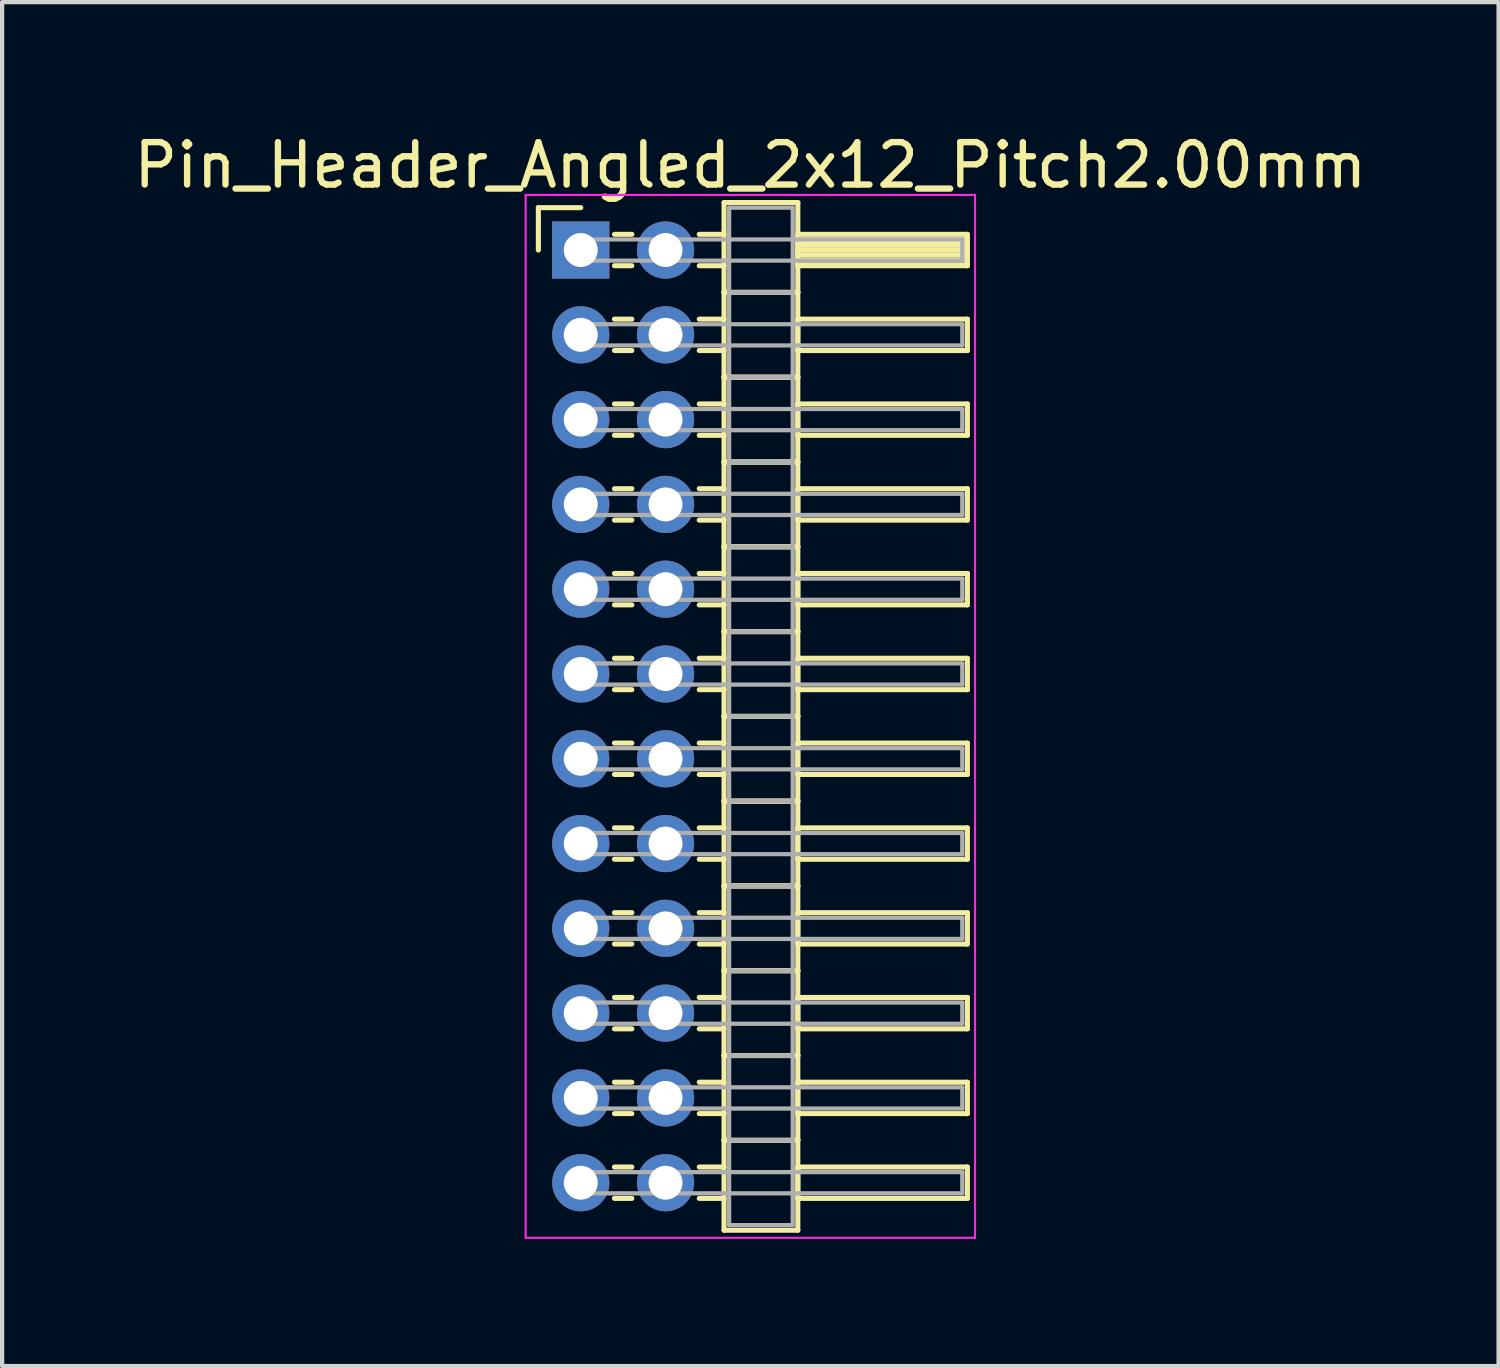
<source format=kicad_pcb>
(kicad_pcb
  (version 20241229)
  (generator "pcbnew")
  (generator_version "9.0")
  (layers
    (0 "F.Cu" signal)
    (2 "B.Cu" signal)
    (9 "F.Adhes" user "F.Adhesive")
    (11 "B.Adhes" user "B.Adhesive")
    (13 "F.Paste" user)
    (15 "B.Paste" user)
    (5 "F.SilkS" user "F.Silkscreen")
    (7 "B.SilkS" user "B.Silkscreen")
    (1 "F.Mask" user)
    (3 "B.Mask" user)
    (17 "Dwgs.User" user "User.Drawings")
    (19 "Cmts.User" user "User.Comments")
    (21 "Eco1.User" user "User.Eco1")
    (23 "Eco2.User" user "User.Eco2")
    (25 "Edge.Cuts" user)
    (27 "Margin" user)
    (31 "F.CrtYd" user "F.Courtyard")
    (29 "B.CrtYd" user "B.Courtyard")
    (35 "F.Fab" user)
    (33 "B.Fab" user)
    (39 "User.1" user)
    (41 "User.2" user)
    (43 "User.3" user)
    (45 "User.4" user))
  (footprint "Pin_Header_Angled_2x12_Pitch2.00mm"
    (layer "F.Cu")
    (at 10.649 2.848)
    (property "Reference" "Pin_Header_Angled_2x12_Pitch2.00mm" (at 4 -2 0) (layer "F.SilkS") (effects (font (size 1 1) (thickness 0.15))))
    (attr through_hole)
    (fp_line (start -1 -1) (end 0 -1) (stroke (width 0.12) (type solid)) (layer "F.SilkS"))
    (fp_line (start -1 0) (end -1 -1) (stroke (width 0.12) (type solid)) (layer "F.SilkS"))
    (fp_line (start 0.795 -0.37) (end 1.205 -0.37) (stroke (width 0.12) (type solid)) (layer "F.SilkS"))
    (fp_line (start 0.795 0.37) (end 1.205 0.37) (stroke (width 0.12) (type solid)) (layer "F.SilkS"))
    (fp_line (start 0.795 1.63) (end 1.205 1.63) (stroke (width 0.12) (type solid)) (layer "F.SilkS"))
    (fp_line (start 0.795 2.37) (end 1.205 2.37) (stroke (width 0.12) (type solid)) (layer "F.SilkS"))
    (fp_line (start 0.795 3.63) (end 1.205 3.63) (stroke (width 0.12) (type solid)) (layer "F.SilkS"))
    (fp_line (start 0.795 4.37) (end 1.205 4.37) (stroke (width 0.12) (type solid)) (layer "F.SilkS"))
    (fp_line (start 0.795 5.63) (end 1.205 5.63) (stroke (width 0.12) (type solid)) (layer "F.SilkS"))
    (fp_line (start 0.795 6.37) (end 1.205 6.37) (stroke (width 0.12) (type solid)) (layer "F.SilkS"))
    (fp_line (start 0.795 7.63) (end 1.205 7.63) (stroke (width 0.12) (type solid)) (layer "F.SilkS"))
    (fp_line (start 0.795 8.37) (end 1.205 8.37) (stroke (width 0.12) (type solid)) (layer "F.SilkS"))
    (fp_line (start 0.795 9.63) (end 1.205 9.63) (stroke (width 0.12) (type solid)) (layer "F.SilkS"))
    (fp_line (start 0.795 10.37) (end 1.205 10.37) (stroke (width 0.12) (type solid)) (layer "F.SilkS"))
    (fp_line (start 0.795 11.63) (end 1.205 11.63) (stroke (width 0.12) (type solid)) (layer "F.SilkS"))
    (fp_line (start 0.795 12.37) (end 1.205 12.37) (stroke (width 0.12) (type solid)) (layer "F.SilkS"))
    (fp_line (start 0.795 13.63) (end 1.205 13.63) (stroke (width 0.12) (type solid)) (layer "F.SilkS"))
    (fp_line (start 0.795 14.37) (end 1.205 14.37) (stroke (width 0.12) (type solid)) (layer "F.SilkS"))
    (fp_line (start 0.795 15.63) (end 1.205 15.63) (stroke (width 0.12) (type solid)) (layer "F.SilkS"))
    (fp_line (start 0.795 16.37) (end 1.205 16.37) (stroke (width 0.12) (type solid)) (layer "F.SilkS"))
    (fp_line (start 0.795 17.63) (end 1.205 17.63) (stroke (width 0.12) (type solid)) (layer "F.SilkS"))
    (fp_line (start 0.795 18.37) (end 1.205 18.37) (stroke (width 0.12) (type solid)) (layer "F.SilkS"))
    (fp_line (start 0.795 19.63) (end 1.205 19.63) (stroke (width 0.12) (type solid)) (layer "F.SilkS"))
    (fp_line (start 0.795 20.37) (end 1.205 20.37) (stroke (width 0.12) (type solid)) (layer "F.SilkS"))
    (fp_line (start 0.795 21.63) (end 1.205 21.63) (stroke (width 0.12) (type solid)) (layer "F.SilkS"))
    (fp_line (start 0.795 22.37) (end 1.205 22.37) (stroke (width 0.12) (type solid)) (layer "F.SilkS"))
    (fp_line (start 2.795 -0.37) (end 3.38 -0.37) (stroke (width 0.12) (type solid)) (layer "F.SilkS"))
    (fp_line (start 2.795 0.37) (end 3.38 0.37) (stroke (width 0.12) (type solid)) (layer "F.SilkS"))
    (fp_line (start 2.795 1.63) (end 3.38 1.63) (stroke (width 0.12) (type solid)) (layer "F.SilkS"))
    (fp_line (start 2.795 2.37) (end 3.38 2.37) (stroke (width 0.12) (type solid)) (layer "F.SilkS"))
    (fp_line (start 2.795 3.63) (end 3.38 3.63) (stroke (width 0.12) (type solid)) (layer "F.SilkS"))
    (fp_line (start 2.795 4.37) (end 3.38 4.37) (stroke (width 0.12) (type solid)) (layer "F.SilkS"))
    (fp_line (start 2.795 5.63) (end 3.38 5.63) (stroke (width 0.12) (type solid)) (layer "F.SilkS"))
    (fp_line (start 2.795 6.37) (end 3.38 6.37) (stroke (width 0.12) (type solid)) (layer "F.SilkS"))
    (fp_line (start 2.795 7.63) (end 3.38 7.63) (stroke (width 0.12) (type solid)) (layer "F.SilkS"))
    (fp_line (start 2.795 8.37) (end 3.38 8.37) (stroke (width 0.12) (type solid)) (layer "F.SilkS"))
    (fp_line (start 2.795 9.63) (end 3.38 9.63) (stroke (width 0.12) (type solid)) (layer "F.SilkS"))
    (fp_line (start 2.795 10.37) (end 3.38 10.37) (stroke (width 0.12) (type solid)) (layer "F.SilkS"))
    (fp_line (start 2.795 11.63) (end 3.38 11.63) (stroke (width 0.12) (type solid)) (layer "F.SilkS"))
    (fp_line (start 2.795 12.37) (end 3.38 12.37) (stroke (width 0.12) (type solid)) (layer "F.SilkS"))
    (fp_line (start 2.795 13.63) (end 3.38 13.63) (stroke (width 0.12) (type solid)) (layer "F.SilkS"))
    (fp_line (start 2.795 14.37) (end 3.38 14.37) (stroke (width 0.12) (type solid)) (layer "F.SilkS"))
    (fp_line (start 2.795 15.63) (end 3.38 15.63) (stroke (width 0.12) (type solid)) (layer "F.SilkS"))
    (fp_line (start 2.795 16.37) (end 3.38 16.37) (stroke (width 0.12) (type solid)) (layer "F.SilkS"))
    (fp_line (start 2.795 17.63) (end 3.38 17.63) (stroke (width 0.12) (type solid)) (layer "F.SilkS"))
    (fp_line (start 2.795 18.37) (end 3.38 18.37) (stroke (width 0.12) (type solid)) (layer "F.SilkS"))
    (fp_line (start 2.795 19.63) (end 3.38 19.63) (stroke (width 0.12) (type solid)) (layer "F.SilkS"))
    (fp_line (start 2.795 20.37) (end 3.38 20.37) (stroke (width 0.12) (type solid)) (layer "F.SilkS"))
    (fp_line (start 2.795 21.63) (end 3.38 21.63) (stroke (width 0.12) (type solid)) (layer "F.SilkS"))
    (fp_line (start 2.795 22.37) (end 3.38 22.37) (stroke (width 0.12) (type solid)) (layer "F.SilkS"))
    (fp_line (start 3.38 -1.12) (end 3.38 1) (stroke (width 0.12) (type solid)) (layer "F.SilkS"))
    (fp_line (start 3.38 1) (end 3.38 3) (stroke (width 0.12) (type solid)) (layer "F.SilkS"))
    (fp_line (start 3.38 1) (end 5.12 1) (stroke (width 0.12) (type solid)) (layer "F.SilkS"))
    (fp_line (start 3.38 3) (end 3.38 5) (stroke (width 0.12) (type solid)) (layer "F.SilkS"))
    (fp_line (start 3.38 3) (end 5.12 3) (stroke (width 0.12) (type solid)) (layer "F.SilkS"))
    (fp_line (start 3.38 5) (end 3.38 7) (stroke (width 0.12) (type solid)) (layer "F.SilkS"))
    (fp_line (start 3.38 5) (end 5.12 5) (stroke (width 0.12) (type solid)) (layer "F.SilkS"))
    (fp_line (start 3.38 7) (end 3.38 9) (stroke (width 0.12) (type solid)) (layer "F.SilkS"))
    (fp_line (start 3.38 7) (end 5.12 7) (stroke (width 0.12) (type solid)) (layer "F.SilkS"))
    (fp_line (start 3.38 9) (end 3.38 11) (stroke (width 0.12) (type solid)) (layer "F.SilkS"))
    (fp_line (start 3.38 9) (end 5.12 9) (stroke (width 0.12) (type solid)) (layer "F.SilkS"))
    (fp_line (start 3.38 11) (end 3.38 13) (stroke (width 0.12) (type solid)) (layer "F.SilkS"))
    (fp_line (start 3.38 11) (end 5.12 11) (stroke (width 0.12) (type solid)) (layer "F.SilkS"))
    (fp_line (start 3.38 13) (end 3.38 15) (stroke (width 0.12) (type solid)) (layer "F.SilkS"))
    (fp_line (start 3.38 13) (end 5.12 13) (stroke (width 0.12) (type solid)) (layer "F.SilkS"))
    (fp_line (start 3.38 15) (end 3.38 17) (stroke (width 0.12) (type solid)) (layer "F.SilkS"))
    (fp_line (start 3.38 15) (end 5.12 15) (stroke (width 0.12) (type solid)) (layer "F.SilkS"))
    (fp_line (start 3.38 17) (end 3.38 19) (stroke (width 0.12) (type solid)) (layer "F.SilkS"))
    (fp_line (start 3.38 17) (end 5.12 17) (stroke (width 0.12) (type solid)) (layer "F.SilkS"))
    (fp_line (start 3.38 19) (end 3.38 21) (stroke (width 0.12) (type solid)) (layer "F.SilkS"))
    (fp_line (start 3.38 19) (end 5.12 19) (stroke (width 0.12) (type solid)) (layer "F.SilkS"))
    (fp_line (start 3.38 21) (end 3.38 23.12) (stroke (width 0.12) (type solid)) (layer "F.SilkS"))
    (fp_line (start 3.38 21) (end 5.12 21) (stroke (width 0.12) (type solid)) (layer "F.SilkS"))
    (fp_line (start 3.38 23.12) (end 5.12 23.12) (stroke (width 0.12) (type solid)) (layer "F.SilkS"))
    (fp_line (start 5.12 -1.12) (end 3.38 -1.12) (stroke (width 0.12) (type solid)) (layer "F.SilkS"))
    (fp_line (start 5.12 -0.37) (end 5.12 0.37) (stroke (width 0.12) (type solid)) (layer "F.SilkS"))
    (fp_line (start 5.12 -0.25) (end 9.12 -0.25) (stroke (width 0.12) (type solid)) (layer "F.SilkS"))
    (fp_line (start 5.12 -0.13) (end 9.12 -0.13) (stroke (width 0.12) (type solid)) (layer "F.SilkS"))
    (fp_line (start 5.12 -0.01) (end 9.12 -0.01) (stroke (width 0.12) (type solid)) (layer "F.SilkS"))
    (fp_line (start 5.12 0.11) (end 9.12 0.11) (stroke (width 0.12) (type solid)) (layer "F.SilkS"))
    (fp_line (start 5.12 0.23) (end 9.12 0.23) (stroke (width 0.12) (type solid)) (layer "F.SilkS"))
    (fp_line (start 5.12 0.35) (end 9.12 0.35) (stroke (width 0.12) (type solid)) (layer "F.SilkS"))
    (fp_line (start 5.12 0.37) (end 9.12 0.37) (stroke (width 0.12) (type solid)) (layer "F.SilkS"))
    (fp_line (start 5.12 1) (end 3.38 1) (stroke (width 0.12) (type solid)) (layer "F.SilkS"))
    (fp_line (start 5.12 1) (end 5.12 -1.12) (stroke (width 0.12) (type solid)) (layer "F.SilkS"))
    (fp_line (start 5.12 1.63) (end 5.12 2.37) (stroke (width 0.12) (type solid)) (layer "F.SilkS"))
    (fp_line (start 5.12 2.37) (end 9.12 2.37) (stroke (width 0.12) (type solid)) (layer "F.SilkS"))
    (fp_line (start 5.12 3) (end 3.38 3) (stroke (width 0.12) (type solid)) (layer "F.SilkS"))
    (fp_line (start 5.12 3) (end 5.12 1) (stroke (width 0.12) (type solid)) (layer "F.SilkS"))
    (fp_line (start 5.12 3.63) (end 5.12 4.37) (stroke (width 0.12) (type solid)) (layer "F.SilkS"))
    (fp_line (start 5.12 4.37) (end 9.12 4.37) (stroke (width 0.12) (type solid)) (layer "F.SilkS"))
    (fp_line (start 5.12 5) (end 3.38 5) (stroke (width 0.12) (type solid)) (layer "F.SilkS"))
    (fp_line (start 5.12 5) (end 5.12 3) (stroke (width 0.12) (type solid)) (layer "F.SilkS"))
    (fp_line (start 5.12 5.63) (end 5.12 6.37) (stroke (width 0.12) (type solid)) (layer "F.SilkS"))
    (fp_line (start 5.12 6.37) (end 9.12 6.37) (stroke (width 0.12) (type solid)) (layer "F.SilkS"))
    (fp_line (start 5.12 7) (end 3.38 7) (stroke (width 0.12) (type solid)) (layer "F.SilkS"))
    (fp_line (start 5.12 7) (end 5.12 5) (stroke (width 0.12) (type solid)) (layer "F.SilkS"))
    (fp_line (start 5.12 7.63) (end 5.12 8.37) (stroke (width 0.12) (type solid)) (layer "F.SilkS"))
    (fp_line (start 5.12 8.37) (end 9.12 8.37) (stroke (width 0.12) (type solid)) (layer "F.SilkS"))
    (fp_line (start 5.12 9) (end 3.38 9) (stroke (width 0.12) (type solid)) (layer "F.SilkS"))
    (fp_line (start 5.12 9) (end 5.12 7) (stroke (width 0.12) (type solid)) (layer "F.SilkS"))
    (fp_line (start 5.12 9.63) (end 5.12 10.37) (stroke (width 0.12) (type solid)) (layer "F.SilkS"))
    (fp_line (start 5.12 10.37) (end 9.12 10.37) (stroke (width 0.12) (type solid)) (layer "F.SilkS"))
    (fp_line (start 5.12 11) (end 3.38 11) (stroke (width 0.12) (type solid)) (layer "F.SilkS"))
    (fp_line (start 5.12 11) (end 5.12 9) (stroke (width 0.12) (type solid)) (layer "F.SilkS"))
    (fp_line (start 5.12 11.63) (end 5.12 12.37) (stroke (width 0.12) (type solid)) (layer "F.SilkS"))
    (fp_line (start 5.12 12.37) (end 9.12 12.37) (stroke (width 0.12) (type solid)) (layer "F.SilkS"))
    (fp_line (start 5.12 13) (end 3.38 13) (stroke (width 0.12) (type solid)) (layer "F.SilkS"))
    (fp_line (start 5.12 13) (end 5.12 11) (stroke (width 0.12) (type solid)) (layer "F.SilkS"))
    (fp_line (start 5.12 13.63) (end 5.12 14.37) (stroke (width 0.12) (type solid)) (layer "F.SilkS"))
    (fp_line (start 5.12 14.37) (end 9.12 14.37) (stroke (width 0.12) (type solid)) (layer "F.SilkS"))
    (fp_line (start 5.12 15) (end 3.38 15) (stroke (width 0.12) (type solid)) (layer "F.SilkS"))
    (fp_line (start 5.12 15) (end 5.12 13) (stroke (width 0.12) (type solid)) (layer "F.SilkS"))
    (fp_line (start 5.12 15.63) (end 5.12 16.37) (stroke (width 0.12) (type solid)) (layer "F.SilkS"))
    (fp_line (start 5.12 16.37) (end 9.12 16.37) (stroke (width 0.12) (type solid)) (layer "F.SilkS"))
    (fp_line (start 5.12 17) (end 3.38 17) (stroke (width 0.12) (type solid)) (layer "F.SilkS"))
    (fp_line (start 5.12 17) (end 5.12 15) (stroke (width 0.12) (type solid)) (layer "F.SilkS"))
    (fp_line (start 5.12 17.63) (end 5.12 18.37) (stroke (width 0.12) (type solid)) (layer "F.SilkS"))
    (fp_line (start 5.12 18.37) (end 9.12 18.37) (stroke (width 0.12) (type solid)) (layer "F.SilkS"))
    (fp_line (start 5.12 19) (end 3.38 19) (stroke (width 0.12) (type solid)) (layer "F.SilkS"))
    (fp_line (start 5.12 19) (end 5.12 17) (stroke (width 0.12) (type solid)) (layer "F.SilkS"))
    (fp_line (start 5.12 19.63) (end 5.12 20.37) (stroke (width 0.12) (type solid)) (layer "F.SilkS"))
    (fp_line (start 5.12 20.37) (end 9.12 20.37) (stroke (width 0.12) (type solid)) (layer "F.SilkS"))
    (fp_line (start 5.12 21) (end 3.38 21) (stroke (width 0.12) (type solid)) (layer "F.SilkS"))
    (fp_line (start 5.12 21) (end 5.12 19) (stroke (width 0.12) (type solid)) (layer "F.SilkS"))
    (fp_line (start 5.12 21.63) (end 5.12 22.37) (stroke (width 0.12) (type solid)) (layer "F.SilkS"))
    (fp_line (start 5.12 22.37) (end 9.12 22.37) (stroke (width 0.12) (type solid)) (layer "F.SilkS"))
    (fp_line (start 5.12 23.12) (end 5.12 21) (stroke (width 0.12) (type solid)) (layer "F.SilkS"))
    (fp_line (start 9.12 -0.37) (end 5.12 -0.37) (stroke (width 0.12) (type solid)) (layer "F.SilkS"))
    (fp_line (start 9.12 0.37) (end 9.12 -0.37) (stroke (width 0.12) (type solid)) (layer "F.SilkS"))
    (fp_line (start 9.12 1.63) (end 5.12 1.63) (stroke (width 0.12) (type solid)) (layer "F.SilkS"))
    (fp_line (start 9.12 2.37) (end 9.12 1.63) (stroke (width 0.12) (type solid)) (layer "F.SilkS"))
    (fp_line (start 9.12 3.63) (end 5.12 3.63) (stroke (width 0.12) (type solid)) (layer "F.SilkS"))
    (fp_line (start 9.12 4.37) (end 9.12 3.63) (stroke (width 0.12) (type solid)) (layer "F.SilkS"))
    (fp_line (start 9.12 5.63) (end 5.12 5.63) (stroke (width 0.12) (type solid)) (layer "F.SilkS"))
    (fp_line (start 9.12 6.37) (end 9.12 5.63) (stroke (width 0.12) (type solid)) (layer "F.SilkS"))
    (fp_line (start 9.12 7.63) (end 5.12 7.63) (stroke (width 0.12) (type solid)) (layer "F.SilkS"))
    (fp_line (start 9.12 8.37) (end 9.12 7.63) (stroke (width 0.12) (type solid)) (layer "F.SilkS"))
    (fp_line (start 9.12 9.63) (end 5.12 9.63) (stroke (width 0.12) (type solid)) (layer "F.SilkS"))
    (fp_line (start 9.12 10.37) (end 9.12 9.63) (stroke (width 0.12) (type solid)) (layer "F.SilkS"))
    (fp_line (start 9.12 11.63) (end 5.12 11.63) (stroke (width 0.12) (type solid)) (layer "F.SilkS"))
    (fp_line (start 9.12 12.37) (end 9.12 11.63) (stroke (width 0.12) (type solid)) (layer "F.SilkS"))
    (fp_line (start 9.12 13.63) (end 5.12 13.63) (stroke (width 0.12) (type solid)) (layer "F.SilkS"))
    (fp_line (start 9.12 14.37) (end 9.12 13.63) (stroke (width 0.12) (type solid)) (layer "F.SilkS"))
    (fp_line (start 9.12 15.63) (end 5.12 15.63) (stroke (width 0.12) (type solid)) (layer "F.SilkS"))
    (fp_line (start 9.12 16.37) (end 9.12 15.63) (stroke (width 0.12) (type solid)) (layer "F.SilkS"))
    (fp_line (start 9.12 17.63) (end 5.12 17.63) (stroke (width 0.12) (type solid)) (layer "F.SilkS"))
    (fp_line (start 9.12 18.37) (end 9.12 17.63) (stroke (width 0.12) (type solid)) (layer "F.SilkS"))
    (fp_line (start 9.12 19.63) (end 5.12 19.63) (stroke (width 0.12) (type solid)) (layer "F.SilkS"))
    (fp_line (start 9.12 20.37) (end 9.12 19.63) (stroke (width 0.12) (type solid)) (layer "F.SilkS"))
    (fp_line (start 9.12 21.63) (end 5.12 21.63) (stroke (width 0.12) (type solid)) (layer "F.SilkS"))
    (fp_line (start 9.12 22.37) (end 9.12 21.63) (stroke (width 0.12) (type solid)) (layer "F.SilkS"))
    (fp_line (start -1.3 -1.3) (end -1.3 23.3) (stroke (width 0.05) (type solid)) (layer "F.CrtYd"))
    (fp_line (start -1.3 23.3) (end 9.3 23.3) (stroke (width 0.05) (type solid)) (layer "F.CrtYd"))
    (fp_line (start 9.3 -1.3) (end -1.3 -1.3) (stroke (width 0.05) (type solid)) (layer "F.CrtYd"))
    (fp_line (start 9.3 23.3) (end 9.3 -1.3) (stroke (width 0.05) (type solid)) (layer "F.CrtYd"))
    (fp_line (start 0 -0.25) (end 0 0.25) (stroke (width 0.1) (type solid)) (layer "F.Fab"))
    (fp_line (start 0 0.25) (end 9 0.25) (stroke (width 0.1) (type solid)) (layer "F.Fab"))
    (fp_line (start 0 1.75) (end 0 2.25) (stroke (width 0.1) (type solid)) (layer "F.Fab"))
    (fp_line (start 0 2.25) (end 9 2.25) (stroke (width 0.1) (type solid)) (layer "F.Fab"))
    (fp_line (start 0 3.75) (end 0 4.25) (stroke (width 0.1) (type solid)) (layer "F.Fab"))
    (fp_line (start 0 4.25) (end 9 4.25) (stroke (width 0.1) (type solid)) (layer "F.Fab"))
    (fp_line (start 0 5.75) (end 0 6.25) (stroke (width 0.1) (type solid)) (layer "F.Fab"))
    (fp_line (start 0 6.25) (end 9 6.25) (stroke (width 0.1) (type solid)) (layer "F.Fab"))
    (fp_line (start 0 7.75) (end 0 8.25) (stroke (width 0.1) (type solid)) (layer "F.Fab"))
    (fp_line (start 0 8.25) (end 9 8.25) (stroke (width 0.1) (type solid)) (layer "F.Fab"))
    (fp_line (start 0 9.75) (end 0 10.25) (stroke (width 0.1) (type solid)) (layer "F.Fab"))
    (fp_line (start 0 10.25) (end 9 10.25) (stroke (width 0.1) (type solid)) (layer "F.Fab"))
    (fp_line (start 0 11.75) (end 0 12.25) (stroke (width 0.1) (type solid)) (layer "F.Fab"))
    (fp_line (start 0 12.25) (end 9 12.25) (stroke (width 0.1) (type solid)) (layer "F.Fab"))
    (fp_line (start 0 13.75) (end 0 14.25) (stroke (width 0.1) (type solid)) (layer "F.Fab"))
    (fp_line (start 0 14.25) (end 9 14.25) (stroke (width 0.1) (type solid)) (layer "F.Fab"))
    (fp_line (start 0 15.75) (end 0 16.25) (stroke (width 0.1) (type solid)) (layer "F.Fab"))
    (fp_line (start 0 16.25) (end 9 16.25) (stroke (width 0.1) (type solid)) (layer "F.Fab"))
    (fp_line (start 0 17.75) (end 0 18.25) (stroke (width 0.1) (type solid)) (layer "F.Fab"))
    (fp_line (start 0 18.25) (end 9 18.25) (stroke (width 0.1) (type solid)) (layer "F.Fab"))
    (fp_line (start 0 19.75) (end 0 20.25) (stroke (width 0.1) (type solid)) (layer "F.Fab"))
    (fp_line (start 0 20.25) (end 9 20.25) (stroke (width 0.1) (type solid)) (layer "F.Fab"))
    (fp_line (start 0 21.75) (end 0 22.25) (stroke (width 0.1) (type solid)) (layer "F.Fab"))
    (fp_line (start 0 22.25) (end 9 22.25) (stroke (width 0.1) (type solid)) (layer "F.Fab"))
    (fp_line (start 3.5 -1) (end 3.5 1) (stroke (width 0.1) (type solid)) (layer "F.Fab"))
    (fp_line (start 3.5 1) (end 3.5 3) (stroke (width 0.1) (type solid)) (layer "F.Fab"))
    (fp_line (start 3.5 1) (end 5 1) (stroke (width 0.1) (type solid)) (layer "F.Fab"))
    (fp_line (start 3.5 3) (end 3.5 5) (stroke (width 0.1) (type solid)) (layer "F.Fab"))
    (fp_line (start 3.5 3) (end 5 3) (stroke (width 0.1) (type solid)) (layer "F.Fab"))
    (fp_line (start 3.5 5) (end 3.5 7) (stroke (width 0.1) (type solid)) (layer "F.Fab"))
    (fp_line (start 3.5 5) (end 5 5) (stroke (width 0.1) (type solid)) (layer "F.Fab"))
    (fp_line (start 3.5 7) (end 3.5 9) (stroke (width 0.1) (type solid)) (layer "F.Fab"))
    (fp_line (start 3.5 7) (end 5 7) (stroke (width 0.1) (type solid)) (layer "F.Fab"))
    (fp_line (start 3.5 9) (end 3.5 11) (stroke (width 0.1) (type solid)) (layer "F.Fab"))
    (fp_line (start 3.5 9) (end 5 9) (stroke (width 0.1) (type solid)) (layer "F.Fab"))
    (fp_line (start 3.5 11) (end 3.5 13) (stroke (width 0.1) (type solid)) (layer "F.Fab"))
    (fp_line (start 3.5 11) (end 5 11) (stroke (width 0.1) (type solid)) (layer "F.Fab"))
    (fp_line (start 3.5 13) (end 3.5 15) (stroke (width 0.1) (type solid)) (layer "F.Fab"))
    (fp_line (start 3.5 13) (end 5 13) (stroke (width 0.1) (type solid)) (layer "F.Fab"))
    (fp_line (start 3.5 15) (end 3.5 17) (stroke (width 0.1) (type solid)) (layer "F.Fab"))
    (fp_line (start 3.5 15) (end 5 15) (stroke (width 0.1) (type solid)) (layer "F.Fab"))
    (fp_line (start 3.5 17) (end 3.5 19) (stroke (width 0.1) (type solid)) (layer "F.Fab"))
    (fp_line (start 3.5 17) (end 5 17) (stroke (width 0.1) (type solid)) (layer "F.Fab"))
    (fp_line (start 3.5 19) (end 3.5 21) (stroke (width 0.1) (type solid)) (layer "F.Fab"))
    (fp_line (start 3.5 19) (end 5 19) (stroke (width 0.1) (type solid)) (layer "F.Fab"))
    (fp_line (start 3.5 21) (end 3.5 23) (stroke (width 0.1) (type solid)) (layer "F.Fab"))
    (fp_line (start 3.5 21) (end 5 21) (stroke (width 0.1) (type solid)) (layer "F.Fab"))
    (fp_line (start 3.5 23) (end 5 23) (stroke (width 0.1) (type solid)) (layer "F.Fab"))
    (fp_line (start 5 -1) (end 3.5 -1) (stroke (width 0.1) (type solid)) (layer "F.Fab"))
    (fp_line (start 5 1) (end 3.5 1) (stroke (width 0.1) (type solid)) (layer "F.Fab"))
    (fp_line (start 5 1) (end 5 -1) (stroke (width 0.1) (type solid)) (layer "F.Fab"))
    (fp_line (start 5 3) (end 3.5 3) (stroke (width 0.1) (type solid)) (layer "F.Fab"))
    (fp_line (start 5 3) (end 5 1) (stroke (width 0.1) (type solid)) (layer "F.Fab"))
    (fp_line (start 5 5) (end 3.5 5) (stroke (width 0.1) (type solid)) (layer "F.Fab"))
    (fp_line (start 5 5) (end 5 3) (stroke (width 0.1) (type solid)) (layer "F.Fab"))
    (fp_line (start 5 7) (end 3.5 7) (stroke (width 0.1) (type solid)) (layer "F.Fab"))
    (fp_line (start 5 7) (end 5 5) (stroke (width 0.1) (type solid)) (layer "F.Fab"))
    (fp_line (start 5 9) (end 3.5 9) (stroke (width 0.1) (type solid)) (layer "F.Fab"))
    (fp_line (start 5 9) (end 5 7) (stroke (width 0.1) (type solid)) (layer "F.Fab"))
    (fp_line (start 5 11) (end 3.5 11) (stroke (width 0.1) (type solid)) (layer "F.Fab"))
    (fp_line (start 5 11) (end 5 9) (stroke (width 0.1) (type solid)) (layer "F.Fab"))
    (fp_line (start 5 13) (end 3.5 13) (stroke (width 0.1) (type solid)) (layer "F.Fab"))
    (fp_line (start 5 13) (end 5 11) (stroke (width 0.1) (type solid)) (layer "F.Fab"))
    (fp_line (start 5 15) (end 3.5 15) (stroke (width 0.1) (type solid)) (layer "F.Fab"))
    (fp_line (start 5 15) (end 5 13) (stroke (width 0.1) (type solid)) (layer "F.Fab"))
    (fp_line (start 5 17) (end 3.5 17) (stroke (width 0.1) (type solid)) (layer "F.Fab"))
    (fp_line (start 5 17) (end 5 15) (stroke (width 0.1) (type solid)) (layer "F.Fab"))
    (fp_line (start 5 19) (end 3.5 19) (stroke (width 0.1) (type solid)) (layer "F.Fab"))
    (fp_line (start 5 19) (end 5 17) (stroke (width 0.1) (type solid)) (layer "F.Fab"))
    (fp_line (start 5 21) (end 3.5 21) (stroke (width 0.1) (type solid)) (layer "F.Fab"))
    (fp_line (start 5 21) (end 5 19) (stroke (width 0.1) (type solid)) (layer "F.Fab"))
    (fp_line (start 5 23) (end 5 21) (stroke (width 0.1) (type solid)) (layer "F.Fab"))
    (fp_line (start 9 -0.25) (end 0 -0.25) (stroke (width 0.1) (type solid)) (layer "F.Fab"))
    (fp_line (start 9 0.25) (end 9 -0.25) (stroke (width 0.1) (type solid)) (layer "F.Fab"))
    (fp_line (start 9 1.75) (end 0 1.75) (stroke (width 0.1) (type solid)) (layer "F.Fab"))
    (fp_line (start 9 2.25) (end 9 1.75) (stroke (width 0.1) (type solid)) (layer "F.Fab"))
    (fp_line (start 9 3.75) (end 0 3.75) (stroke (width 0.1) (type solid)) (layer "F.Fab"))
    (fp_line (start 9 4.25) (end 9 3.75) (stroke (width 0.1) (type solid)) (layer "F.Fab"))
    (fp_line (start 9 5.75) (end 0 5.75) (stroke (width 0.1) (type solid)) (layer "F.Fab"))
    (fp_line (start 9 6.25) (end 9 5.75) (stroke (width 0.1) (type solid)) (layer "F.Fab"))
    (fp_line (start 9 7.75) (end 0 7.75) (stroke (width 0.1) (type solid)) (layer "F.Fab"))
    (fp_line (start 9 8.25) (end 9 7.75) (stroke (width 0.1) (type solid)) (layer "F.Fab"))
    (fp_line (start 9 9.75) (end 0 9.75) (stroke (width 0.1) (type solid)) (layer "F.Fab"))
    (fp_line (start 9 10.25) (end 9 9.75) (stroke (width 0.1) (type solid)) (layer "F.Fab"))
    (fp_line (start 9 11.75) (end 0 11.75) (stroke (width 0.1) (type solid)) (layer "F.Fab"))
    (fp_line (start 9 12.25) (end 9 11.75) (stroke (width 0.1) (type solid)) (layer "F.Fab"))
    (fp_line (start 9 13.75) (end 0 13.75) (stroke (width 0.1) (type solid)) (layer "F.Fab"))
    (fp_line (start 9 14.25) (end 9 13.75) (stroke (width 0.1) (type solid)) (layer "F.Fab"))
    (fp_line (start 9 15.75) (end 0 15.75) (stroke (width 0.1) (type solid)) (layer "F.Fab"))
    (fp_line (start 9 16.25) (end 9 15.75) (stroke (width 0.1) (type solid)) (layer "F.Fab"))
    (fp_line (start 9 17.75) (end 0 17.75) (stroke (width 0.1) (type solid)) (layer "F.Fab"))
    (fp_line (start 9 18.25) (end 9 17.75) (stroke (width 0.1) (type solid)) (layer "F.Fab"))
    (fp_line (start 9 19.75) (end 0 19.75) (stroke (width 0.1) (type solid)) (layer "F.Fab"))
    (fp_line (start 9 20.25) (end 9 19.75) (stroke (width 0.1) (type solid)) (layer "F.Fab"))
    (fp_line (start 9 21.75) (end 0 21.75) (stroke (width 0.1) (type solid)) (layer "F.Fab"))
    (fp_line (start 9 22.25) (end 9 21.75) (stroke (width 0.1) (type solid)) (layer "F.Fab"))
    (pad "1" thru_hole rect (at 0 0) (size 1.35 1.35) (drill 0.8) (layers "*.Cu" "*.Mask"))
    (pad "2" thru_hole oval (at 2 0) (size 1.35 1.35) (drill 0.8) (layers "*.Cu" "*.Mask"))
    (pad "3" thru_hole oval (at 0 2) (size 1.35 1.35) (drill 0.8) (layers "*.Cu" "*.Mask"))
    (pad "4" thru_hole oval (at 2 2) (size 1.35 1.35) (drill 0.8) (layers "*.Cu" "*.Mask"))
    (pad "5" thru_hole oval (at 0 4) (size 1.35 1.35) (drill 0.8) (layers "*.Cu" "*.Mask"))
    (pad "6" thru_hole oval (at 2 4) (size 1.35 1.35) (drill 0.8) (layers "*.Cu" "*.Mask"))
    (pad "7" thru_hole oval (at 0 6) (size 1.35 1.35) (drill 0.8) (layers "*.Cu" "*.Mask"))
    (pad "8" thru_hole oval (at 2 6) (size 1.35 1.35) (drill 0.8) (layers "*.Cu" "*.Mask"))
    (pad "9" thru_hole oval (at 0 8) (size 1.35 1.35) (drill 0.8) (layers "*.Cu" "*.Mask"))
    (pad "10" thru_hole oval (at 2 8) (size 1.35 1.35) (drill 0.8) (layers "*.Cu" "*.Mask"))
    (pad "11" thru_hole oval (at 0 10) (size 1.35 1.35) (drill 0.8) (layers "*.Cu" "*.Mask"))
    (pad "12" thru_hole oval (at 2 10) (size 1.35 1.35) (drill 0.8) (layers "*.Cu" "*.Mask"))
    (pad "13" thru_hole oval (at 0 12) (size 1.35 1.35) (drill 0.8) (layers "*.Cu" "*.Mask"))
    (pad "14" thru_hole oval (at 2 12) (size 1.35 1.35) (drill 0.8) (layers "*.Cu" "*.Mask"))
    (pad "15" thru_hole oval (at 0 14) (size 1.35 1.35) (drill 0.8) (layers "*.Cu" "*.Mask"))
    (pad "16" thru_hole oval (at 2 14) (size 1.35 1.35) (drill 0.8) (layers "*.Cu" "*.Mask"))
    (pad "17" thru_hole oval (at 0 16) (size 1.35 1.35) (drill 0.8) (layers "*.Cu" "*.Mask"))
    (pad "18" thru_hole oval (at 2 16) (size 1.35 1.35) (drill 0.8) (layers "*.Cu" "*.Mask"))
    (pad "19" thru_hole oval (at 0 18) (size 1.35 1.35) (drill 0.8) (layers "*.Cu" "*.Mask"))
    (pad "20" thru_hole oval (at 2 18) (size 1.35 1.35) (drill 0.8) (layers "*.Cu" "*.Mask"))
    (pad "21" thru_hole oval (at 0 20) (size 1.35 1.35) (drill 0.8) (layers "*.Cu" "*.Mask"))
    (pad "22" thru_hole oval (at 2 20) (size 1.35 1.35) (drill 0.8) (layers "*.Cu" "*.Mask"))
    (pad "23" thru_hole oval (at 0 22) (size 1.35 1.35) (drill 0.8) (layers "*.Cu" "*.Mask"))
    (pad "24" thru_hole oval (at 2 22) (size 1.35 1.35) (drill 0.8) (layers "*.Cu" "*.Mask")))
  (gr_rect
    (start -3 -3)
    (end 32.298 29.173)
    (stroke (width 0.1) (type default))
    (fill no)
    (layer "Edge.Cuts")))
</source>
